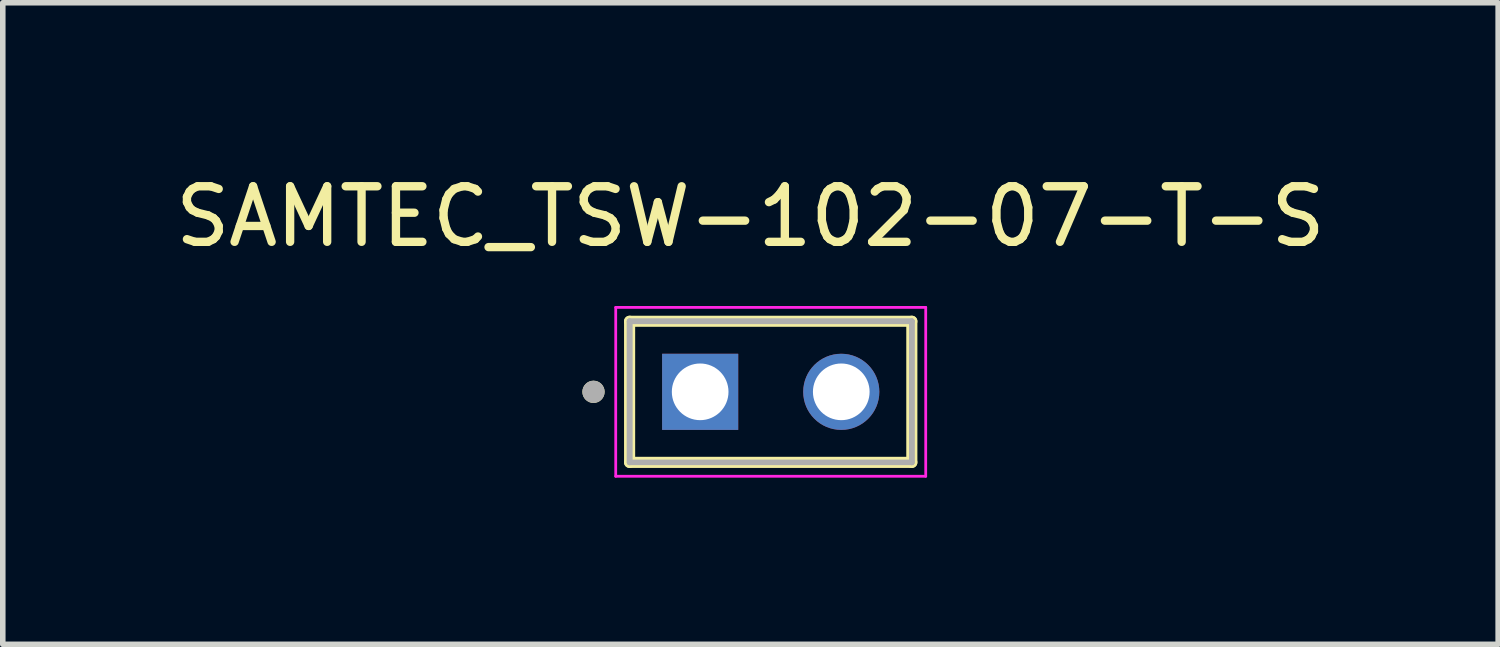
<source format=kicad_pcb>
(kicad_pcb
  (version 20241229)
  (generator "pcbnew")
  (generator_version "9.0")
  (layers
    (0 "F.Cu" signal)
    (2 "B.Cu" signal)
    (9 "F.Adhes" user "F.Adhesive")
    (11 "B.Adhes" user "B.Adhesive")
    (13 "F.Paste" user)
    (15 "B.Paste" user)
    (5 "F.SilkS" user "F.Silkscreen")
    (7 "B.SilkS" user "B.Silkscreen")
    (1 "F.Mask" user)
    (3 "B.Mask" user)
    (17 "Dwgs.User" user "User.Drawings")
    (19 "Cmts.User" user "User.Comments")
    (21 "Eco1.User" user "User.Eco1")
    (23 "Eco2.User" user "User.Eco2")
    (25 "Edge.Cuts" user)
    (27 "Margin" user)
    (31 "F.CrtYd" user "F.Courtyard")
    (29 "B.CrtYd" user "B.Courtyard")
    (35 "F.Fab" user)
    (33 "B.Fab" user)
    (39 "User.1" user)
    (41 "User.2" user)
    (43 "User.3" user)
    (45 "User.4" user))
  (footprint "SAMTEC_TSW-102-07-T-S"
    (layer "F.Cu")
    (at 10.823 4.003)
    (property "Reference" "SAMTEC_TSW-102-07-T-S" (at -0.365 -3.155 0) (layer "F.SilkS") (effects (font (size 1 1) (thickness 0.15))))
    (attr through_hole)
    (fp_line (start -2.54 1.27) (end -2.54 -1.27) (stroke (width 0.2) (type solid)) (layer "F.SilkS"))
    (fp_line (start 2.54 -1.27) (end -2.54 -1.27) (stroke (width 0.2) (type solid)) (layer "F.SilkS"))
    (fp_line (start 2.54 -1.27) (end 2.54 1.27) (stroke (width 0.2) (type solid)) (layer "F.SilkS"))
    (fp_line (start 2.54 1.27) (end -2.54 1.27) (stroke (width 0.2) (type solid)) (layer "F.SilkS"))
    (fp_circle (center -3.19 0) (end -3.09 0) (stroke (width 0.2) (type solid)) (fill no) (layer "F.SilkS"))
    (fp_line (start -2.79 -1.52) (end 2.79 -1.52) (stroke (width 0.05) (type solid)) (layer "F.CrtYd"))
    (fp_line (start -2.79 1.52) (end -2.79 -1.52) (stroke (width 0.05) (type solid)) (layer "F.CrtYd"))
    (fp_line (start 2.79 -1.52) (end 2.79 1.52) (stroke (width 0.05) (type solid)) (layer "F.CrtYd"))
    (fp_line (start 2.79 1.52) (end -2.79 1.52) (stroke (width 0.05) (type solid)) (layer "F.CrtYd"))
    (fp_line (start -2.54 -1.27) (end 2.54 -1.27) (stroke (width 0.1) (type solid)) (layer "F.Fab"))
    (fp_line (start -2.54 -1.27) (end 2.54 -1.27) (stroke (width 0.1) (type solid)) (layer "F.Fab"))
    (fp_line (start -2.54 1.27) (end -2.54 -1.27) (stroke (width 0.1) (type solid)) (layer "F.Fab"))
    (fp_line (start -2.54 1.27) (end -2.54 -1.27) (stroke (width 0.1) (type solid)) (layer "F.Fab"))
    (fp_line (start 2.54 -1.27) (end 2.54 1.27) (stroke (width 0.1) (type solid)) (layer "F.Fab"))
    (fp_line (start 2.54 -1.27) (end 2.54 1.27) (stroke (width 0.1) (type solid)) (layer "F.Fab"))
    (fp_line (start 2.54 1.27) (end -2.54 1.27) (stroke (width 0.1) (type solid)) (layer "F.Fab"))
    (fp_circle (center -3.19 0) (end -3.09 0) (stroke (width 0.2) (type solid)) (fill no) (layer "F.Fab"))
    (pad "01" thru_hole rect (at -1.27 0) (size 1.37 1.37) (drill 1.02) (layers "*.Cu" "*.Mask"))
    (pad "02" thru_hole circle (at 1.27 0) (size 1.37 1.37) (drill 1.02) (layers "*.Cu" "*.Mask")))
  (gr_rect
    (start -3 -3)
    (end 23.917 8.548)
    (stroke (width 0.1) (type default))
    (fill no)
    (layer "Edge.Cuts")))
</source>
